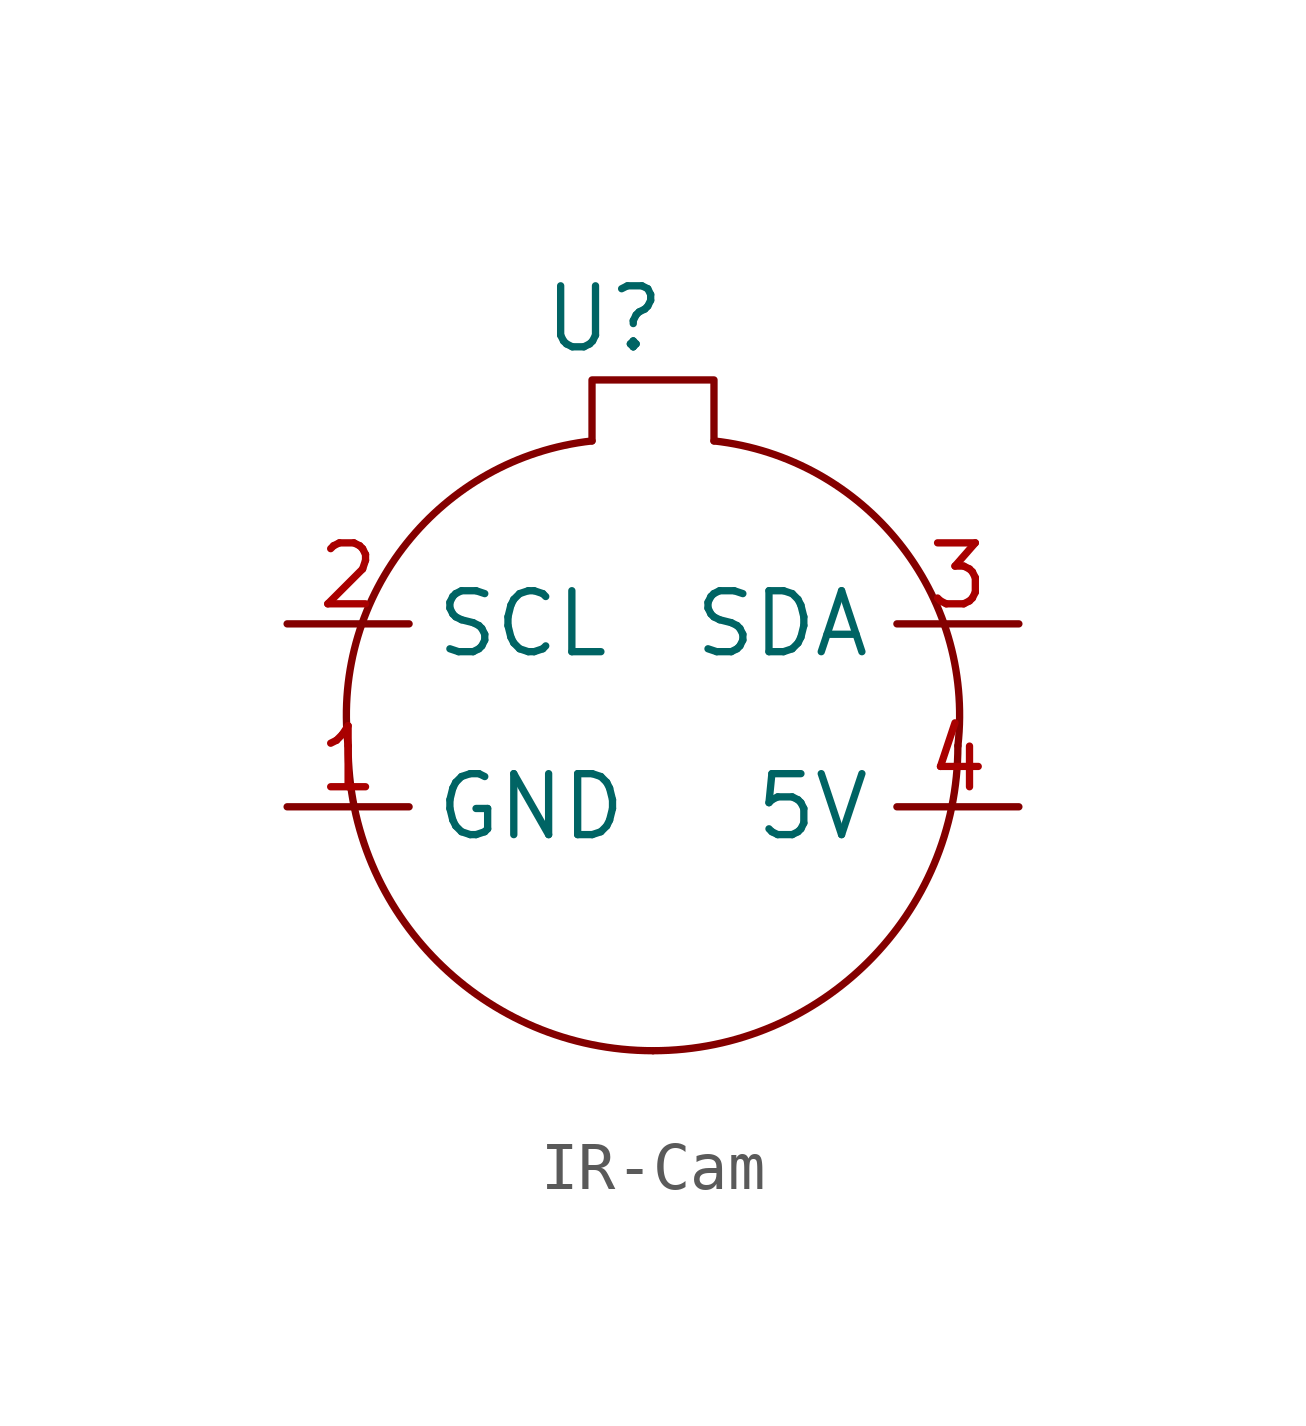
<source format=kicad_sym>
(kicad_symbol_lib
  (version 20231120)
  (generator "kicad_symbol_editor")
  (generator_version "8.0")
  (symbol "IR-Cam"
    (property "Reference" "U"
      (at -1.016 8.89 0)
      (effects (font (size 1.27 1.27))))
    (property "Value" ""
      (at 0 0 0)
      (effects (font (size 1.27 1.27))))
    (symbol "IR-Cam_0_1"
      (arc (start -6.35 0) (mid -4.4901 -4.4901) (end 0 -6.35) (stroke (width 0) (type default)) (fill (type none)))
      (arc (start -1.27 6.35) (mid -5.1251 4.2271) (end -6.35 0) (stroke (width 0) (type default)) (fill (type none)))
      (arc (start 0 -6.35) (mid 4.4901 -4.4901) (end 6.35 0) (stroke (width 0) (type default)) (fill (type none)))
      (polyline (pts (xy 1.27 6.35) (xy 1.27 7.62) (xy -1.27 7.62) (xy -1.27 6.35)) (stroke (width 0) (type default)) (fill (type none)))
      (arc (start 6.35 0) (mid 5.1251 4.2271) (end 1.27 6.35) (stroke (width 0) (type default)) (fill (type none))))
    (symbol "IR-Cam_1_1"
      (pin bidirectional line (at -7.62 -1.27 0) (length 2.54) (name "GND" (effects (font (size 1.27 1.27)))) (number "1" (effects (font (size 1.27 1.27)))))
      (pin unspecified line (at -7.62 2.54 0) (length 2.54) (name "SCL" (effects (font (size 1.27 1.27)))) (number "2" (effects (font (size 1.27 1.27)))))
      (pin unspecified line (at 7.62 2.54 180) (length 2.54) (name "SDA" (effects (font (size 1.27 1.27)))) (number "3" (effects (font (size 1.27 1.27)))))
      (pin unspecified line (at 7.62 -1.27 180) (length 2.54) (name "5V" (effects (font (size 1.27 1.27)))) (number "4" (effects (font (size 1.27 1.27))))))))
</source>
